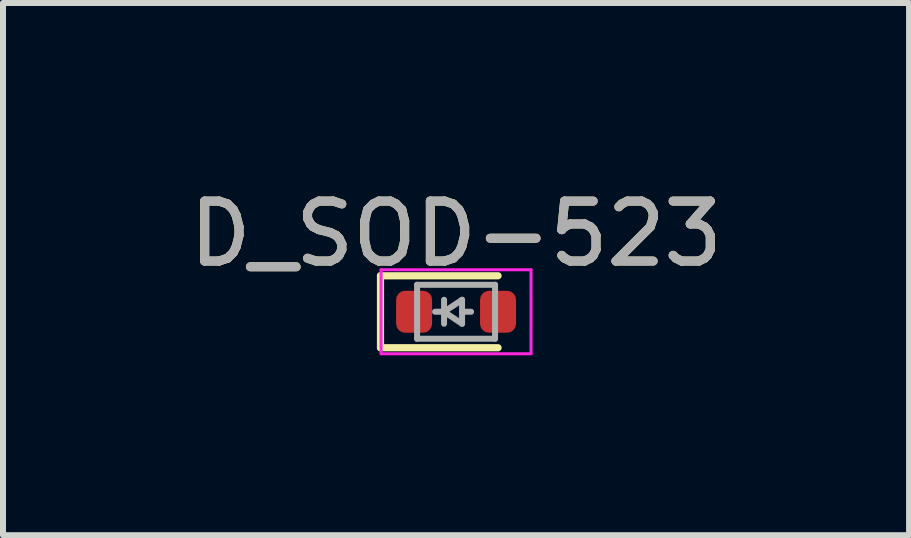
<source format=kicad_pcb>
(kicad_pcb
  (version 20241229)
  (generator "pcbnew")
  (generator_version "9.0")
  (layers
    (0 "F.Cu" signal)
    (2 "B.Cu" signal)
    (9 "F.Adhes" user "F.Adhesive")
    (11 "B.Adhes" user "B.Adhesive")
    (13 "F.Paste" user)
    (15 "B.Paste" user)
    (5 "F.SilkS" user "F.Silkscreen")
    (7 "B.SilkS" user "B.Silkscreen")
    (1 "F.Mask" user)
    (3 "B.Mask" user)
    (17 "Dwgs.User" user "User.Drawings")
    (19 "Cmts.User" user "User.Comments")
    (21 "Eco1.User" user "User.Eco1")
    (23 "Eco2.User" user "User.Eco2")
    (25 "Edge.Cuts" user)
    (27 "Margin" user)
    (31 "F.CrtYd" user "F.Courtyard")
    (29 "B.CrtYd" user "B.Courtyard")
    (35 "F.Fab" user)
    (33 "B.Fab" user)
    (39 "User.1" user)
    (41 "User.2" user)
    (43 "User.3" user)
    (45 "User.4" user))
  (footprint "D_SOD-523"
    (layer "F.Cu")
    (at 4.554 2.148)
    (property "Reference" "D_SOD-523" (at 0 -1.3 0) (layer "F.SilkS") (effects (font (size 1 1) (thickness 0.15))))
    (attr smd)
    (fp_line (start -1.26 -0.6) (end -1.26 0.6) (stroke (width 0.12) (type solid)) (layer "F.SilkS"))
    (fp_line (start 0.7 -0.6) (end -1.26 -0.6) (stroke (width 0.12) (type solid)) (layer "F.SilkS"))
    (fp_line (start 0.7 0.6) (end -1.26 0.6) (stroke (width 0.12) (type solid)) (layer "F.SilkS"))
    (fp_line (start -1.25 -0.7) (end 1.25 -0.7) (stroke (width 0.05) (type solid)) (layer "F.CrtYd"))
    (fp_line (start -1.25 0.7) (end -1.25 -0.7) (stroke (width 0.05) (type solid)) (layer "F.CrtYd"))
    (fp_line (start 1.25 -0.7) (end 1.25 0.7) (stroke (width 0.05) (type solid)) (layer "F.CrtYd"))
    (fp_line (start 1.25 0.7) (end -1.25 0.7) (stroke (width 0.05) (type solid)) (layer "F.CrtYd"))
    (fp_line (start -0.65 -0.45) (end 0.65 -0.45) (stroke (width 0.1) (type solid)) (layer "F.Fab"))
    (fp_line (start -0.65 0.45) (end -0.65 -0.45) (stroke (width 0.1) (type solid)) (layer "F.Fab"))
    (fp_line (start -0.2 0) (end -0.35 0) (stroke (width 0.1) (type solid)) (layer "F.Fab"))
    (fp_line (start -0.2 0) (end 0.1 0.2) (stroke (width 0.1) (type solid)) (layer "F.Fab"))
    (fp_line (start -0.2 0.2) (end -0.2 -0.2) (stroke (width 0.1) (type solid)) (layer "F.Fab"))
    (fp_line (start 0.1 -0.2) (end -0.2 0) (stroke (width 0.1) (type solid)) (layer "F.Fab"))
    (fp_line (start 0.1 0) (end 0.25 0) (stroke (width 0.1) (type solid)) (layer "F.Fab"))
    (fp_line (start 0.1 0.2) (end 0.1 -0.2) (stroke (width 0.1) (type solid)) (layer "F.Fab"))
    (fp_line (start 0.65 -0.45) (end 0.65 0.45) (stroke (width 0.1) (type solid)) (layer "F.Fab"))
    (fp_line (start 0.65 0.45) (end -0.65 0.45) (stroke (width 0.1) (type solid)) (layer "F.Fab"))
    (fp_text user "${REFERENCE}" (at 0 -1.3 0) (layer "F.Fab") (effects (font (size 1 1) (thickness 0.15))))
    (pad "1" smd roundrect (at -0.7 0 180) (size 0.6 0.7) (layers "F.Cu" "F.Mask" "F.Paste") (roundrect_rratio 0.25))
    (pad "2" smd roundrect (at 0.7 0 180) (size 0.6 0.7) (layers "F.Cu" "F.Mask" "F.Paste") (roundrect_rratio 0.25)))
  (gr_rect
    (start -3 -3)
    (end 12.107 5.873)
    (stroke (width 0.1) (type default))
    (fill no)
    (layer "Edge.Cuts")))
</source>
